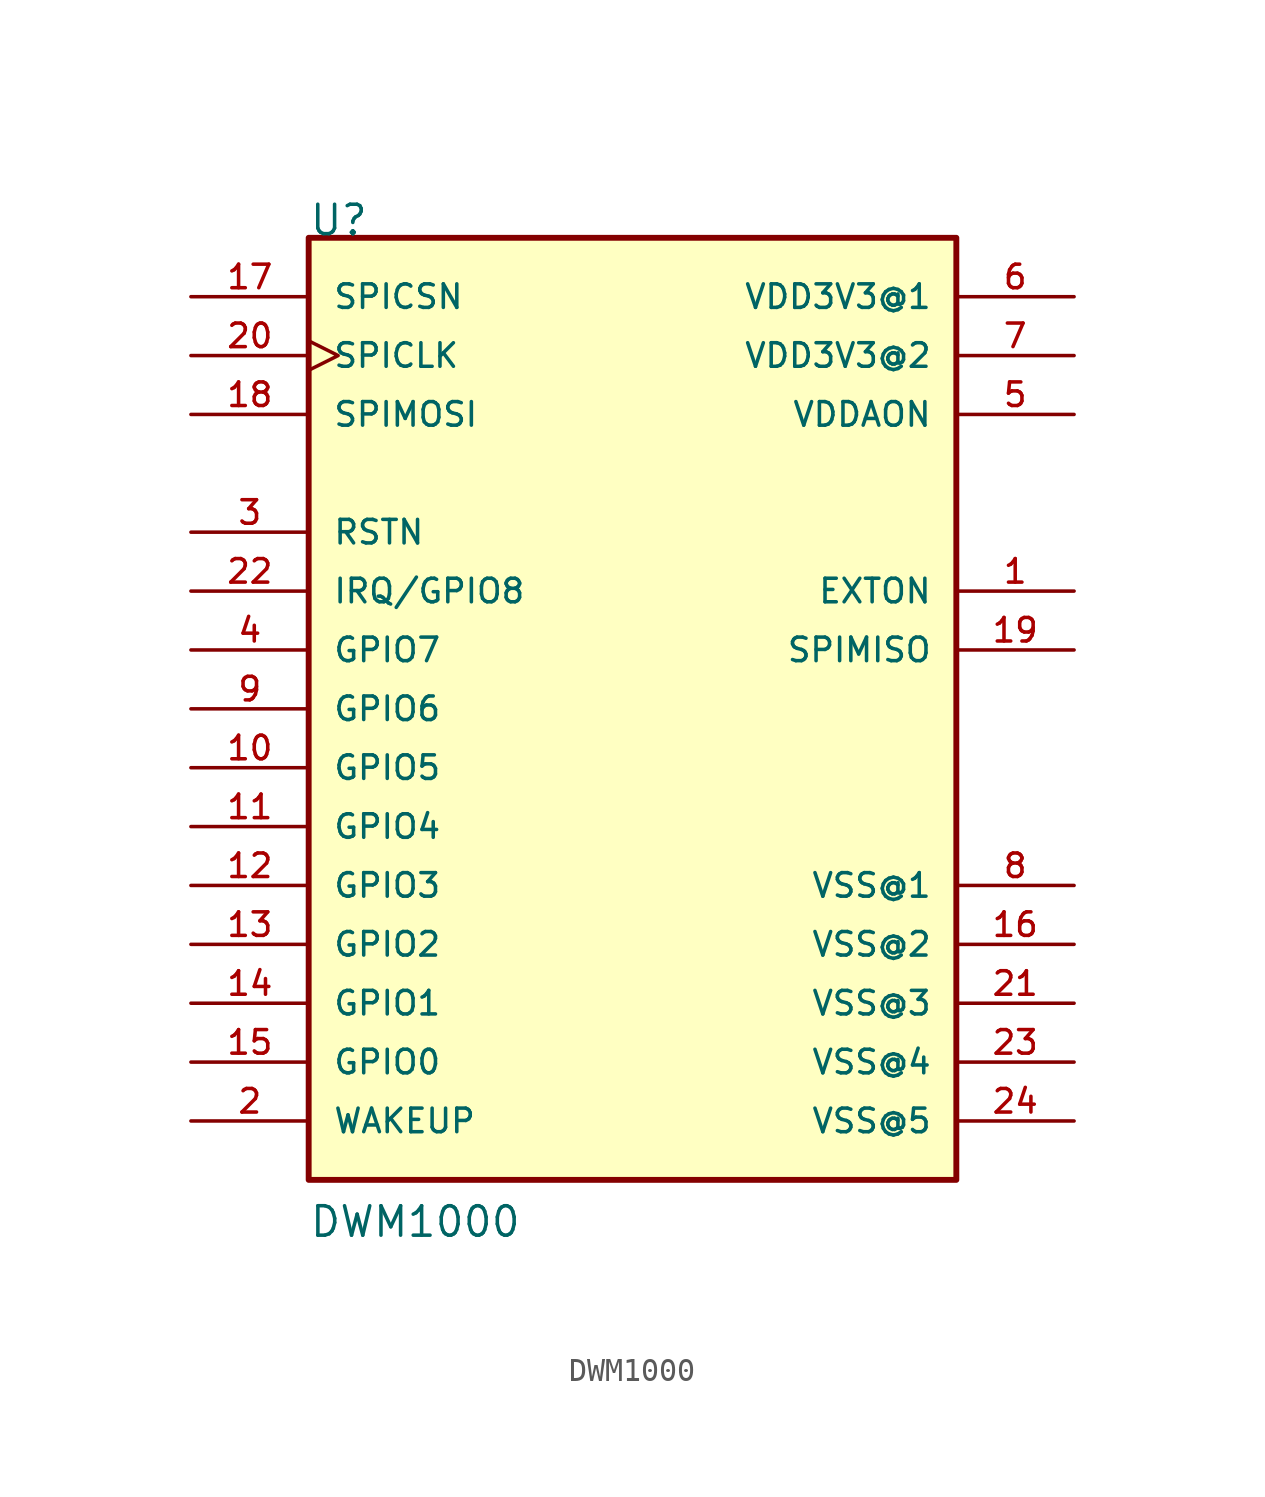
<source format=kicad_sym>
(kicad_symbol_lib
  (version 20211014)
  (generator kicad_symbol_editor)
  (symbol "DWM1000"
    (pin_names
      (offset 1.016))
    (property "Reference" "U"
      (at -12.71 20.335 0)
      (effects (font (size 1.27 1.27)) (justify bottom left)))
    (property "Value" "DWM1000"
      (at -12.705 -22.87 0)
      (effects (font (size 1.27 1.27)) (justify bottom left)))
    (symbol "DWM1000_0_0"
      (rectangle (start -12.7 -20.32) (end 15.24 20.32) (stroke (width 0.254)) (fill (type background)))
      (pin output line (at 20.32 5.08 180.0) (length 5.08) (name "EXTON" (effects (font (size 1.016 1.016)))) (number "1" (effects (font (size 1.016 1.016)))))
      (pin bidirectional line (at -17.78 -17.78 0) (length 5.08) (name "WAKEUP" (effects (font (size 1.016 1.016)))) (number "2" (effects (font (size 1.016 1.016)))))
      (pin bidirectional line (at -17.78 7.62 0) (length 5.08) (name "RSTN" (effects (font (size 1.016 1.016)))) (number "3" (effects (font (size 1.016 1.016)))))
      (pin bidirectional line (at -17.78 2.54 0) (length 5.08) (name "GPIO7" (effects (font (size 1.016 1.016)))) (number "4" (effects (font (size 1.016 1.016)))))
      (pin power_in line (at 20.32 12.7 180.0) (length 5.08) (name "VDDAON" (effects (font (size 1.016 1.016)))) (number "5" (effects (font (size 1.016 1.016)))))
      (pin power_in line (at 20.32 17.78 180.0) (length 5.08) (name "VDD3V3@1" (effects (font (size 1.016 1.016)))) (number "6" (effects (font (size 1.016 1.016)))))
      (pin power_in line (at 20.32 15.24 180.0) (length 5.08) (name "VDD3V3@2" (effects (font (size 1.016 1.016)))) (number "7" (effects (font (size 1.016 1.016)))))
      (pin power_in line (at 20.32 -7.62 180.0) (length 5.08) (name "VSS@1" (effects (font (size 1.016 1.016)))) (number "8" (effects (font (size 1.016 1.016)))))
      (pin bidirectional line (at -17.78 0.0 0) (length 5.08) (name "GPIO6" (effects (font (size 1.016 1.016)))) (number "9" (effects (font (size 1.016 1.016)))))
      (pin bidirectional line (at -17.78 -2.54 0) (length 5.08) (name "GPIO5" (effects (font (size 1.016 1.016)))) (number "10" (effects (font (size 1.016 1.016)))))
      (pin bidirectional line (at -17.78 -5.08 0) (length 5.08) (name "GPIO4" (effects (font (size 1.016 1.016)))) (number "11" (effects (font (size 1.016 1.016)))))
      (pin bidirectional line (at -17.78 -7.62 0) (length 5.08) (name "GPIO3" (effects (font (size 1.016 1.016)))) (number "12" (effects (font (size 1.016 1.016)))))
      (pin bidirectional line (at -17.78 -10.16 0) (length 5.08) (name "GPIO2" (effects (font (size 1.016 1.016)))) (number "13" (effects (font (size 1.016 1.016)))))
      (pin bidirectional line (at -17.78 -12.7 0) (length 5.08) (name "GPIO1" (effects (font (size 1.016 1.016)))) (number "14" (effects (font (size 1.016 1.016)))))
      (pin bidirectional line (at -17.78 -15.24 0) (length 5.08) (name "GPIO0" (effects (font (size 1.016 1.016)))) (number "15" (effects (font (size 1.016 1.016)))))
      (pin power_in line (at 20.32 -10.16 180.0) (length 5.08) (name "VSS@2" (effects (font (size 1.016 1.016)))) (number "16" (effects (font (size 1.016 1.016)))))
      (pin input line (at -17.78 17.78 0) (length 5.08) (name "SPICSN" (effects (font (size 1.016 1.016)))) (number "17" (effects (font (size 1.016 1.016)))))
      (pin input line (at -17.78 12.7 0) (length 5.08) (name "SPIMOSI" (effects (font (size 1.016 1.016)))) (number "18" (effects (font (size 1.016 1.016)))))
      (pin output line (at 20.32 2.54 180.0) (length 5.08) (name "SPIMISO" (effects (font (size 1.016 1.016)))) (number "19" (effects (font (size 1.016 1.016)))))
      (pin input clock (at -17.78 15.24 0) (length 5.08) (name "SPICLK" (effects (font (size 1.016 1.016)))) (number "20" (effects (font (size 1.016 1.016)))))
      (pin power_in line (at 20.32 -12.7 180.0) (length 5.08) (name "VSS@3" (effects (font (size 1.016 1.016)))) (number "21" (effects (font (size 1.016 1.016)))))
      (pin bidirectional line (at -17.78 5.08 0) (length 5.08) (name "IRQ/GPIO8" (effects (font (size 1.016 1.016)))) (number "22" (effects (font (size 1.016 1.016)))))
      (pin power_in line (at 20.32 -15.24 180.0) (length 5.08) (name "VSS@4" (effects (font (size 1.016 1.016)))) (number "23" (effects (font (size 1.016 1.016)))))
      (pin power_in line (at 20.32 -17.78 180.0) (length 5.08) (name "VSS@5" (effects (font (size 1.016 1.016)))) (number "24" (effects (font (size 1.016 1.016))))))))
</source>
